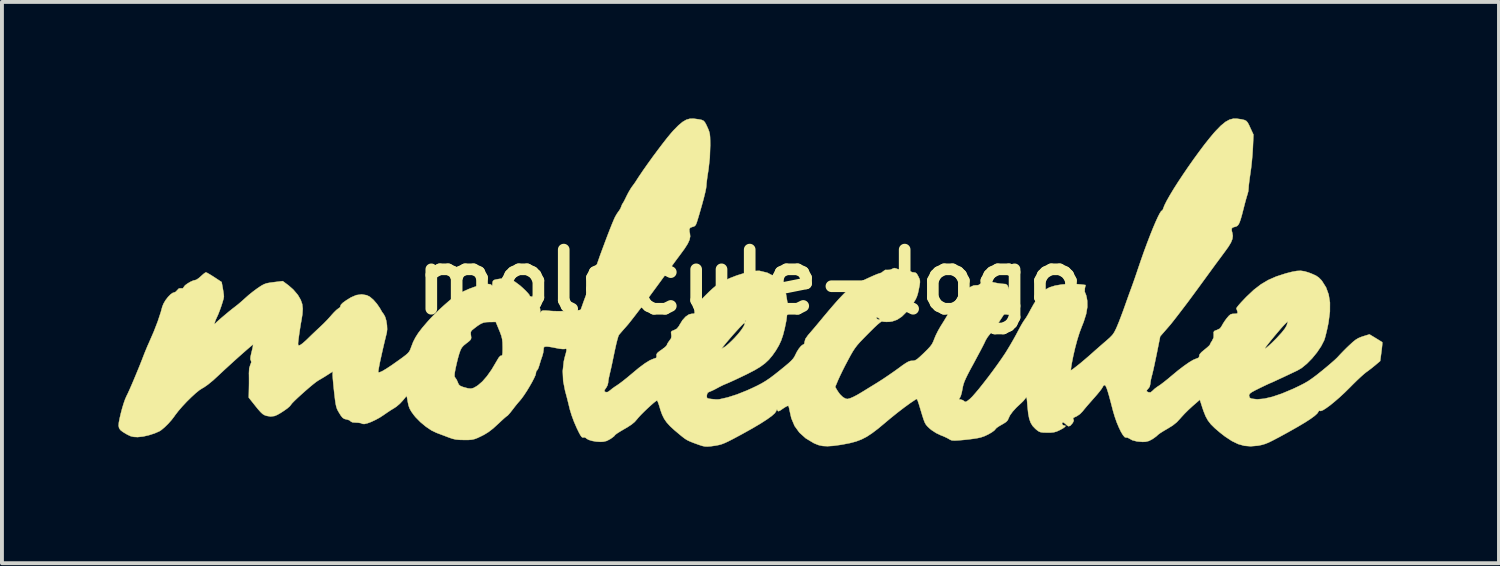
<source format=kicad_pcb>
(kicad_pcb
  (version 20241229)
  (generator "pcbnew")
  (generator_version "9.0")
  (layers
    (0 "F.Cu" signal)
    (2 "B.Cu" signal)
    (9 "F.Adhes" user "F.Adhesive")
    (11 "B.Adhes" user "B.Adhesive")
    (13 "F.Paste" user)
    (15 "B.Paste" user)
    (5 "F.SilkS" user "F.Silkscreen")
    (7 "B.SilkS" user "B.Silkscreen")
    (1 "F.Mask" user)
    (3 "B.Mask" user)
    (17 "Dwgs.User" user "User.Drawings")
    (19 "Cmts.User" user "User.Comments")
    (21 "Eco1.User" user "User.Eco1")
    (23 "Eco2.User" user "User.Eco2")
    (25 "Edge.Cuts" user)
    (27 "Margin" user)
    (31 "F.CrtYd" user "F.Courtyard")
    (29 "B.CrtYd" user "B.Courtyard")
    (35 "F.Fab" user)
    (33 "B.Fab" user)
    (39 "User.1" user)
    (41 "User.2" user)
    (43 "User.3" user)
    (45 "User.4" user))
  (footprint "molecule-logo"
    (layer "F.Cu")
    (at 16.259 4.213)
    (property "Reference" "molecule-logo" (at 0 0 0) (layer "F.SilkS") (effects (font (size 1.524 1.524) (thickness 0.3))))
    (attr through_hole)
    (fp_poly (pts (xy 12.549 -4.206) (xy 12.662 -4.19) (xy 12.737 -4.173) (xy 12.788 -4.149) (xy 12.824 -4.109) (xy 12.859 -4.045) (xy 12.889 -3.979) (xy 12.974 -3.796) (xy 12.959 -3.454) (xy 12.949 -3.292) (xy 12.933 -3.111) (xy 12.914 -2.936) (xy 12.896 -2.809) (xy 12.878 -2.683) (xy 12.863 -2.567) (xy 12.852 -2.475) (xy 12.849 -2.42) (xy 12.841 -2.337) (xy 12.822 -2.265) (xy 12.806 -2.214) (xy 12.781 -2.127) (xy 12.751 -2.016) (xy 12.721 -1.898) (xy 12.68 -1.738) (xy 12.646 -1.619) (xy 12.617 -1.535) (xy 12.589 -1.48) (xy 12.56 -1.447) (xy 12.526 -1.429) (xy 12.502 -1.423) (xy 12.44 -1.404) (xy 12.413 -1.374) (xy 12.415 -1.319) (xy 12.429 -1.267) (xy 12.442 -1.189) (xy 12.431 -1.108) (xy 12.394 -1.015) (xy 12.326 -0.903) (xy 12.232 -0.773) (xy 12.184 -0.708) (xy 12.111 -0.609) (xy 12.017 -0.483) (xy 11.908 -0.334) (xy 11.788 -0.169) (xy 11.66 0.006) (xy 11.547 0.161) (xy 11.413 0.343) (xy 11.279 0.524) (xy 11.149 0.695) (xy 11.029 0.852) (xy 10.924 0.987) (xy 10.839 1.094) (xy 10.788 1.153) (xy 10.572 1.401) (xy 10.481 1.857) (xy 10.449 2.01) (xy 10.419 2.154) (xy 10.391 2.279) (xy 10.368 2.375) (xy 10.354 2.427) (xy 10.333 2.514) (xy 10.32 2.596) (xy 10.319 2.619) (xy 10.301 2.696) (xy 10.269 2.741) (xy 10.227 2.788) (xy 10.229 2.819) (xy 10.274 2.842) (xy 10.325 2.843) (xy 10.374 2.804) (xy 10.379 2.798) (xy 10.434 2.747) (xy 10.507 2.693) (xy 10.53 2.679) (xy 10.587 2.64) (xy 10.671 2.576) (xy 10.769 2.498) (xy 10.87 2.413) (xy 11.034 2.277) (xy 11.185 2.162) (xy 11.317 2.07) (xy 11.425 2.006) (xy 11.505 1.973) (xy 11.509 1.972) (xy 11.563 1.951) (xy 11.578 1.913) (xy 11.577 1.904) (xy 11.589 1.862) (xy 11.635 1.809) (xy 11.714 1.743) (xy 11.76 1.706) (xy 13.273 1.706) (xy 13.282 1.711) (xy 13.317 1.687) (xy 13.376 1.636) (xy 13.454 1.563) (xy 13.548 1.47) (xy 13.582 1.435) (xy 13.7 1.306) (xy 13.781 1.204) (xy 13.827 1.127) (xy 13.834 1.107) (xy 13.863 1.01) (xy 13.787 1.082) (xy 13.744 1.127) (xy 13.678 1.201) (xy 13.598 1.295) (xy 13.512 1.397) (xy 13.429 1.498) (xy 13.357 1.588) (xy 13.304 1.657) (xy 13.296 1.668) (xy 13.273 1.706) (xy 11.76 1.706) (xy 11.784 1.686) (xy 11.835 1.639) (xy 11.856 1.611) (xy 11.857 1.61) (xy 11.87 1.575) (xy 11.904 1.522) (xy 11.909 1.514) (xy 11.949 1.431) (xy 11.951 1.354) (xy 11.948 1.294) (xy 11.966 1.263) (xy 12.016 1.242) (xy 12.034 1.236) (xy 12.113 1.197) (xy 12.157 1.134) (xy 12.19 1.074) (xy 12.241 0.996) (xy 12.283 0.939) (xy 12.34 0.872) (xy 12.384 0.835) (xy 12.431 0.821) (xy 12.479 0.819) (xy 12.538 0.816) (xy 12.564 0.802) (xy 12.564 0.766) (xy 12.54 0.696) (xy 12.534 0.681) (xy 12.548 0.655) (xy 12.59 0.601) (xy 12.657 0.525) (xy 12.742 0.435) (xy 12.795 0.38) (xy 12.984 0.202) (xy 13.166 0.062) (xy 13.354 -0.05) (xy 13.561 -0.141) (xy 13.802 -0.219) (xy 13.816 -0.223) (xy 13.969 -0.262) (xy 14.09 -0.284) (xy 14.192 -0.289) (xy 14.289 -0.275) (xy 14.396 -0.243) (xy 14.477 -0.212) (xy 14.582 -0.165) (xy 14.657 -0.114) (xy 14.723 -0.047) (xy 14.741 -0.024) (xy 14.844 0.139) (xy 14.911 0.322) (xy 14.944 0.528) (xy 14.943 0.762) (xy 14.909 1.028) (xy 14.9 1.079) (xy 14.873 1.21) (xy 14.844 1.332) (xy 14.818 1.432) (xy 14.797 1.498) (xy 14.796 1.501) (xy 14.717 1.655) (xy 14.61 1.814) (xy 14.485 1.967) (xy 14.35 2.104) (xy 14.216 2.214) (xy 14.107 2.278) (xy 13.9 2.376) (xy 13.735 2.454) (xy 13.607 2.513) (xy 13.513 2.557) (xy 13.451 2.585) (xy 13.415 2.601) (xy 13.404 2.604) (xy 13.38 2.615) (xy 13.319 2.643) (xy 13.233 2.684) (xy 13.129 2.734) (xy 13.128 2.735) (xy 13.013 2.792) (xy 12.937 2.834) (xy 12.891 2.866) (xy 12.868 2.894) (xy 12.861 2.922) (xy 12.861 2.927) (xy 12.877 2.98) (xy 12.923 3.005) (xy 13.072 3.022) (xy 13.251 3.006) (xy 13.462 2.957) (xy 13.707 2.874) (xy 13.985 2.757) (xy 14.033 2.735) (xy 14.171 2.669) (xy 14.284 2.611) (xy 14.384 2.553) (xy 14.483 2.485) (xy 14.595 2.402) (xy 14.731 2.293) (xy 14.733 2.292) (xy 14.852 2.194) (xy 14.963 2.1) (xy 15.058 2.017) (xy 15.128 1.951) (xy 15.16 1.917) (xy 15.213 1.86) (xy 15.289 1.781) (xy 15.378 1.692) (xy 15.436 1.637) (xy 15.531 1.549) (xy 15.607 1.488) (xy 15.675 1.447) (xy 15.749 1.416) (xy 15.796 1.4) (xy 15.962 1.349) (xy 16.123 1.446) (xy 16.201 1.494) (xy 16.261 1.531) (xy 16.291 1.55) (xy 16.292 1.551) (xy 16.293 1.577) (xy 16.288 1.641) (xy 16.278 1.733) (xy 16.27 1.797) (xy 16.238 2.035) (xy 16.112 2.142) (xy 16.025 2.213) (xy 15.931 2.285) (xy 15.875 2.325) (xy 15.821 2.369) (xy 15.74 2.441) (xy 15.642 2.533) (xy 15.535 2.638) (xy 15.453 2.721) (xy 15.323 2.849) (xy 15.192 2.97) (xy 15.065 3.08) (xy 14.949 3.175) (xy 14.847 3.249) (xy 14.766 3.3) (xy 14.71 3.322) (xy 14.689 3.319) (xy 14.663 3.314) (xy 14.648 3.34) (xy 14.616 3.387) (xy 14.548 3.449) (xy 14.443 3.526) (xy 14.299 3.619) (xy 14.114 3.729) (xy 13.888 3.857) (xy 13.618 4.005) (xy 13.605 4.011) (xy 13.468 4.083) (xy 13.362 4.135) (xy 13.274 4.17) (xy 13.193 4.194) (xy 13.107 4.212) (xy 13.079 4.216) (xy 12.903 4.231) (xy 12.739 4.218) (xy 12.58 4.173) (xy 12.417 4.094) (xy 12.241 3.978) (xy 12.111 3.877) (xy 11.978 3.763) (xy 11.878 3.664) (xy 11.803 3.567) (xy 11.744 3.461) (xy 11.692 3.332) (xy 11.66 3.239) (xy 11.594 3.032) (xy 11.405 3.196) (xy 11.305 3.288) (xy 11.203 3.389) (xy 11.116 3.483) (xy 11.092 3.511) (xy 10.999 3.611) (xy 10.893 3.696) (xy 10.757 3.78) (xy 10.756 3.78) (xy 10.661 3.836) (xy 10.581 3.886) (xy 10.527 3.925) (xy 10.512 3.938) (xy 10.473 3.974) (xy 10.409 4.021) (xy 10.37 4.047) (xy 10.283 4.093) (xy 10.198 4.114) (xy 10.119 4.118) (xy 9.975 4.106) (xy 9.853 4.074) (xy 9.77 4.027) (xy 9.722 4.005) (xy 9.693 4.007) (xy 9.658 3.995) (xy 9.614 3.943) (xy 9.562 3.857) (xy 9.508 3.745) (xy 9.453 3.614) (xy 9.403 3.471) (xy 9.359 3.324) (xy 9.352 3.296) (xy 9.299 3.093) (xy 9.256 2.933) (xy 9.221 2.814) (xy 9.193 2.731) (xy 9.169 2.68) (xy 9.149 2.657) (xy 9.141 2.654) (xy 9.107 2.675) (xy 9.09 2.707) (xy 9.067 2.745) (xy 9.018 2.811) (xy 8.949 2.895) (xy 8.867 2.989) (xy 8.858 2.999) (xy 8.77 3.099) (xy 8.687 3.194) (xy 8.618 3.276) (xy 8.574 3.331) (xy 8.574 3.331) (xy 8.505 3.402) (xy 8.423 3.457) (xy 8.406 3.464) (xy 8.346 3.493) (xy 8.327 3.517) (xy 8.336 3.536) (xy 8.346 3.571) (xy 8.324 3.621) (xy 8.307 3.645) (xy 8.256 3.702) (xy 8.212 3.716) (xy 8.163 3.686) (xy 8.136 3.658) (xy 8.087 3.619) (xy 8.055 3.618) (xy 8.054 3.619) (xy 8.043 3.656) (xy 8.068 3.687) (xy 8.1 3.696) (xy 8.134 3.704) (xy 8.123 3.729) (xy 8.07 3.768) (xy 7.993 3.81) (xy 7.909 3.849) (xy 7.836 3.87) (xy 7.752 3.879) (xy 7.659 3.879) (xy 7.56 3.877) (xy 7.494 3.868) (xy 7.445 3.849) (xy 7.396 3.813) (xy 7.357 3.78) (xy 7.288 3.708) (xy 7.237 3.625) (xy 7.2 3.521) (xy 7.174 3.387) (xy 7.156 3.214) (xy 7.154 3.188) (xy 7.145 3.077) (xy 7.138 3.009) (xy 7.13 2.976) (xy 7.119 2.973) (xy 7.103 2.993) (xy 7.097 3.002) (xy 7.05 3.061) (xy 6.989 3.121) (xy 6.984 3.125) (xy 6.869 3.232) (xy 6.772 3.339) (xy 6.702 3.436) (xy 6.672 3.5) (xy 6.646 3.558) (xy 6.604 3.604) (xy 6.533 3.65) (xy 6.494 3.672) (xy 6.417 3.717) (xy 6.359 3.757) (xy 6.334 3.784) (xy 6.3 3.824) (xy 6.231 3.874) (xy 6.142 3.925) (xy 6.044 3.971) (xy 5.953 4.002) (xy 5.873 4.02) (xy 5.759 4.038) (xy 5.628 4.055) (xy 5.511 4.067) (xy 5.381 4.078) (xy 5.291 4.083) (xy 5.23 4.082) (xy 5.189 4.074) (xy 5.156 4.059) (xy 5.139 4.048) (xy 5.08 4.015) (xy 4.994 3.975) (xy 4.922 3.947) (xy 4.802 3.89) (xy 4.684 3.813) (xy 4.643 3.78) (xy 4.585 3.726) (xy 4.543 3.678) (xy 4.511 3.623) (xy 4.481 3.547) (xy 4.446 3.439) (xy 4.439 3.415) (xy 4.394 3.266) (xy 4.361 3.157) (xy 4.337 3.084) (xy 4.32 3.039) (xy 4.307 3.018) (xy 4.296 3.013) (xy 4.283 3.019) (xy 4.271 3.027) (xy 4.138 3.116) (xy 3.978 3.232) (xy 3.801 3.368) (xy 3.615 3.518) (xy 3.482 3.63) (xy 3.304 3.778) (xy 3.151 3.894) (xy 3.013 3.985) (xy 2.878 4.054) (xy 2.738 4.107) (xy 2.583 4.148) (xy 2.402 4.183) (xy 2.332 4.195) (xy 2.148 4.22) (xy 2.002 4.229) (xy 1.88 4.223) (xy 1.774 4.2) (xy 1.671 4.159) (xy 1.65 4.149) (xy 1.442 4.024) (xy 1.279 3.877) (xy 1.156 3.707) (xy 1.072 3.507) (xy 1.028 3.312) (xy 1.014 3.242) (xy 0.999 3.196) (xy 0.993 3.188) (xy 0.964 3.195) (xy 0.909 3.225) (xy 0.853 3.262) (xy 0.785 3.309) (xy 0.746 3.328) (xy 0.726 3.322) (xy 0.716 3.305) (xy 0.703 3.281) (xy 0.69 3.3) (xy 0.683 3.324) (xy 0.647 3.378) (xy 0.567 3.45) (xy 0.442 3.54) (xy 0.274 3.648) (xy 0.062 3.773) (xy -0.191 3.914) (xy -0.267 3.955) (xy -0.422 4.038) (xy -0.543 4.1) (xy -0.637 4.144) (xy -0.715 4.175) (xy -0.784 4.195) (xy -0.853 4.209) (xy -0.882 4.214) (xy -1.002 4.231) (xy -1.088 4.238) (xy -1.158 4.235) (xy -1.226 4.22) (xy -1.309 4.193) (xy -1.339 4.182) (xy -1.46 4.138) (xy -1.546 4.103) (xy -1.612 4.071) (xy -1.671 4.034) (xy -1.734 3.986) (xy -1.788 3.942) (xy -1.937 3.817) (xy -2.051 3.712) (xy -2.138 3.616) (xy -2.203 3.522) (xy -2.254 3.419) (xy -2.297 3.3) (xy -2.321 3.218) (xy -2.347 3.136) (xy -2.37 3.076) (xy -2.386 3.051) (xy -2.387 3.051) (xy -2.417 3.068) (xy -2.473 3.112) (xy -2.547 3.177) (xy -2.632 3.255) (xy -2.718 3.337) (xy -2.798 3.417) (xy -2.863 3.487) (xy -2.902 3.534) (xy -2.963 3.604) (xy -3.044 3.671) (xy -3.156 3.744) (xy -3.231 3.787) (xy -3.328 3.844) (xy -3.406 3.893) (xy -3.457 3.93) (xy -3.473 3.947) (xy -3.492 3.971) (xy -3.542 4.01) (xy -3.59 4.043) (xy -3.682 4.092) (xy -3.77 4.113) (xy -3.845 4.117) (xy -3.954 4.11) (xy -4.06 4.091) (xy -4.148 4.064) (xy -4.205 4.032) (xy -4.215 4.02) (xy -4.253 4) (xy -4.284 4.004) (xy -4.307 4.004) (xy -4.331 3.987) (xy -4.361 3.944) (xy -4.401 3.87) (xy -4.456 3.757) (xy -4.458 3.752) (xy -4.524 3.6) (xy -4.584 3.438) (xy -4.63 3.289) (xy -4.64 3.249) (xy -4.673 3.113) (xy -4.711 2.962) (xy -4.748 2.825) (xy -4.755 2.798) (xy -4.804 2.547) (xy -4.815 2.291) (xy -4.788 2.046) (xy -4.764 1.941) (xy -4.734 1.834) (xy -4.719 1.767) (xy -4.718 1.731) (xy -4.732 1.719) (xy -4.761 1.723) (xy -4.769 1.725) (xy -4.821 1.726) (xy -4.903 1.717) (xy -4.986 1.701) (xy -5.083 1.681) (xy -5.174 1.667) (xy -5.228 1.662) (xy -5.283 1.667) (xy -5.305 1.692) (xy -5.309 1.743) (xy -5.319 1.82) (xy -5.342 1.907) (xy -5.348 1.922) (xy -5.378 2.009) (xy -5.409 2.11) (xy -5.419 2.145) (xy -5.443 2.217) (xy -5.468 2.266) (xy -5.48 2.277) (xy -5.5 2.306) (xy -5.507 2.353) (xy -5.52 2.402) (xy -5.556 2.481) (xy -5.608 2.581) (xy -5.672 2.693) (xy -5.741 2.807) (xy -5.811 2.913) (xy -5.874 3.001) (xy -5.915 3.051) (xy -5.971 3.115) (xy -6.041 3.201) (xy -6.11 3.291) (xy -6.112 3.293) (xy -6.169 3.366) (xy -6.216 3.42) (xy -6.243 3.447) (xy -6.246 3.448) (xy -6.27 3.464) (xy -6.322 3.508) (xy -6.394 3.574) (xy -6.479 3.654) (xy -6.483 3.657) (xy -6.61 3.773) (xy -6.724 3.861) (xy -6.839 3.932) (xy -6.908 3.967) (xy -7.008 4.015) (xy -7.084 4.044) (xy -7.154 4.06) (xy -7.237 4.067) (xy -7.35 4.068) (xy -7.476 4.065) (xy -7.573 4.056) (xy -7.66 4.035) (xy -7.758 4.001) (xy -7.768 3.997) (xy -7.875 3.956) (xy -7.982 3.916) (xy -8.066 3.884) (xy -8.067 3.884) (xy -8.198 3.821) (xy -8.34 3.725) (xy -8.48 3.609) (xy -8.604 3.483) (xy -8.646 3.432) (xy -8.715 3.337) (xy -8.759 3.259) (xy -8.787 3.179) (xy -8.804 3.098) (xy -8.834 2.93) (xy -8.938 3.056) (xy -9.013 3.136) (xy -9.099 3.209) (xy -9.156 3.247) (xy -9.235 3.295) (xy -9.332 3.359) (xy -9.428 3.425) (xy -9.429 3.426) (xy -9.53 3.492) (xy -9.641 3.552) (xy -9.75 3.603) (xy -9.848 3.639) (xy -9.925 3.657) (xy -9.972 3.654) (xy -9.977 3.651) (xy -10.017 3.634) (xy -10.088 3.623) (xy -10.135 3.621) (xy -10.228 3.615) (xy -10.273 3.594) (xy -10.277 3.588) (xy -10.308 3.562) (xy -10.368 3.542) (xy -10.385 3.539) (xy -10.44 3.525) (xy -10.484 3.497) (xy -10.527 3.445) (xy -10.568 3.38) (xy -10.603 3.321) (xy -10.629 3.268) (xy -10.648 3.209) (xy -10.664 3.135) (xy -10.679 3.034) (xy -10.695 2.896) (xy -10.699 2.865) (xy -10.714 2.726) (xy -10.726 2.598) (xy -10.736 2.491) (xy -10.74 2.417) (xy -10.741 2.4) (xy -10.741 2.396) (xy -7.604 2.396) (xy -7.601 2.436) (xy -7.587 2.462) (xy -7.581 2.469) (xy -7.548 2.517) (xy -7.518 2.584) (xy -7.517 2.589) (xy -7.493 2.641) (xy -7.456 2.675) (xy -7.39 2.702) (xy -7.36 2.711) (xy -7.257 2.739) (xy -7.182 2.746) (xy -7.117 2.731) (xy -7.044 2.691) (xy -6.995 2.658) (xy -6.884 2.562) (xy -6.766 2.426) (xy -6.646 2.256) (xy -6.53 2.06) (xy -6.519 2.041) (xy -6.465 1.95) (xy -6.424 1.904) (xy -6.4 1.898) (xy -6.382 1.896) (xy -6.371 1.872) (xy -6.365 1.818) (xy -6.363 1.726) (xy -6.363 1.68) (xy -6.366 1.561) (xy -6.376 1.469) (xy -6.397 1.384) (xy -6.434 1.283) (xy -6.452 1.24) (xy -6.539 1.029) (xy -6.699 1.03) (xy -6.787 1.034) (xy -6.858 1.047) (xy -6.926 1.076) (xy -7.005 1.126) (xy -7.101 1.199) (xy -7.158 1.246) (xy -7.183 1.285) (xy -7.185 1.336) (xy -7.18 1.375) (xy -7.173 1.432) (xy -7.18 1.471) (xy -7.207 1.507) (xy -7.263 1.554) (xy -7.297 1.579) (xy -7.37 1.638) (xy -7.417 1.692) (xy -7.451 1.759) (xy -7.483 1.85) (xy -7.515 1.963) (xy -7.548 2.097) (xy -7.576 2.223) (xy -7.577 2.227) (xy -7.596 2.33) (xy -7.604 2.396) (xy -10.741 2.396) (xy -10.74 2.306) (xy -10.871 2.39) (xy -10.964 2.449) (xy -11.062 2.507) (xy -11.113 2.537) (xy -11.166 2.573) (xy -11.243 2.633) (xy -11.337 2.711) (xy -11.439 2.799) (xy -11.542 2.891) (xy -11.639 2.979) (xy -11.722 3.058) (xy -11.783 3.12) (xy -11.814 3.159) (xy -11.816 3.162) (xy -11.847 3.201) (xy -11.909 3.255) (xy -11.992 3.314) (xy -12.081 3.372) (xy -12.165 3.42) (xy -12.233 3.449) (xy -12.239 3.451) (xy -12.339 3.464) (xy -12.444 3.447) (xy -12.497 3.428) (xy -12.546 3.398) (xy -12.598 3.349) (xy -12.664 3.275) (xy -12.727 3.197) (xy -12.902 2.977) (xy -12.897 2.735) (xy -12.895 2.611) (xy -12.895 2.486) (xy -12.896 2.383) (xy -12.897 2.353) (xy -12.89 2.223) (xy -12.862 2.134) (xy -12.837 2.071) (xy -12.843 2.029) (xy -12.848 2.022) (xy -12.86 1.989) (xy -12.856 1.929) (xy -12.836 1.834) (xy -12.828 1.801) (xy -12.806 1.712) (xy -12.793 1.646) (xy -12.79 1.614) (xy -12.791 1.612) (xy -12.815 1.628) (xy -12.87 1.673) (xy -12.949 1.741) (xy -13.047 1.827) (xy -13.159 1.926) (xy -13.278 2.033) (xy -13.399 2.143) (xy -13.516 2.25) (xy -13.623 2.35) (xy -13.669 2.393) (xy -13.822 2.534) (xy -13.954 2.642) (xy -14.059 2.715) (xy -14.094 2.734) (xy -14.171 2.783) (xy -14.27 2.863) (xy -14.382 2.966) (xy -14.5 3.082) (xy -14.615 3.205) (xy -14.718 3.325) (xy -14.802 3.434) (xy -14.818 3.458) (xy -14.889 3.551) (xy -14.977 3.65) (xy -15.07 3.741) (xy -15.156 3.813) (xy -15.204 3.844) (xy -15.328 3.898) (xy -15.474 3.945) (xy -15.622 3.979) (xy -15.752 3.993) (xy -15.766 3.994) (xy -15.863 3.989) (xy -15.94 3.972) (xy -16.022 3.934) (xy -16.067 3.909) (xy -16.15 3.858) (xy -16.208 3.812) (xy -16.241 3.763) (xy -16.254 3.701) (xy -16.247 3.616) (xy -16.224 3.5) (xy -16.197 3.385) (xy -16.162 3.252) (xy -16.123 3.124) (xy -16.085 3.016) (xy -16.052 2.942) (xy -16.051 2.939) (xy -16.019 2.875) (xy -15.972 2.772) (xy -15.915 2.642) (xy -15.851 2.491) (xy -15.784 2.33) (xy -15.717 2.167) (xy -15.655 2.011) (xy -15.602 1.873) (xy -15.561 1.771) (xy -15.511 1.651) (xy -15.466 1.55) (xy -15.348 1.279) (xy -15.247 1.018) (xy -15.168 0.779) (xy -15.129 0.637) (xy -15.097 0.557) (xy -15.045 0.469) (xy -14.981 0.386) (xy -14.915 0.319) (xy -14.857 0.279) (xy -14.831 0.273) (xy -14.785 0.254) (xy -14.744 0.211) (xy -14.701 0.167) (xy -14.65 0.163) (xy -14.647 0.164) (xy -14.598 0.163) (xy -14.573 0.126) (xy -14.543 0.087) (xy -14.481 0.041) (xy -14.405 -0.004) (xy -14.331 -0.037) (xy -14.275 -0.05) (xy -14.237 -0.066) (xy -14.179 -0.108) (xy -14.133 -0.149) (xy -14.073 -0.203) (xy -14.025 -0.239) (xy -14.005 -0.248) (xy -13.974 -0.235) (xy -13.914 -0.201) (xy -13.833 -0.151) (xy -13.791 -0.124) (xy -13.601 0.001) (xy -13.572 0.158) (xy -13.557 0.251) (xy -13.546 0.333) (xy -13.543 0.377) (xy -13.552 0.43) (xy -13.576 0.515) (xy -13.609 0.618) (xy -13.648 0.727) (xy -13.687 0.828) (xy -13.723 0.907) (xy -13.75 0.966) (xy -13.772 1.024) (xy -13.784 1.068) (xy -13.782 1.085) (xy -13.774 1.078) (xy -13.742 1.045) (xy -13.68 0.989) (xy -13.599 0.918) (xy -13.506 0.84) (xy -13.413 0.762) (xy -13.327 0.693) (xy -13.258 0.64) (xy -13.258 0.64) (xy -13.174 0.574) (xy -13.078 0.492) (xy -12.995 0.417) (xy -12.905 0.337) (xy -12.794 0.248) (xy -12.686 0.168) (xy -12.673 0.159) (xy -12.582 0.098) (xy -12.511 0.059) (xy -12.441 0.034) (xy -12.356 0.018) (xy -12.258 0.005) (xy -12.027 -0.023) (xy -11.879 0.087) (xy -11.757 0.194) (xy -11.648 0.321) (xy -11.628 0.35) (xy -11.564 0.461) (xy -11.526 0.569) (xy -11.512 0.688) (xy -11.521 0.83) (xy -11.543 0.97) (xy -11.564 1.084) (xy -11.584 1.212) (xy -11.603 1.34) (xy -11.619 1.456) (xy -11.63 1.548) (xy -11.633 1.602) (xy -11.621 1.634) (xy -11.584 1.628) (xy -11.52 1.585) (xy -11.428 1.504) (xy -11.38 1.458) (xy -11.284 1.364) (xy -11.181 1.266) (xy -11.09 1.181) (xy -11.06 1.153) (xy -10.973 1.07) (xy -10.875 0.97) (xy -10.786 0.871) (xy -10.779 0.862) (xy -10.709 0.785) (xy -10.646 0.723) (xy -10.6 0.687) (xy -10.59 0.681) (xy -10.55 0.65) (xy -10.542 0.623) (xy -10.527 0.584) (xy -10.478 0.535) (xy -10.392 0.473) (xy -10.269 0.397) (xy -10.132 0.338) (xy -9.993 0.319) (xy -9.864 0.341) (xy -9.785 0.38) (xy -9.694 0.457) (xy -9.603 0.561) (xy -9.526 0.673) (xy -9.507 0.707) (xy -9.467 0.776) (xy -9.426 0.831) (xy -9.39 0.898) (xy -9.361 0.996) (xy -9.343 1.109) (xy -9.338 1.218) (xy -9.347 1.3) (xy -9.403 1.53) (xy -9.452 1.739) (xy -9.493 1.923) (xy -9.527 2.078) (xy -9.55 2.199) (xy -9.564 2.282) (xy -9.567 2.321) (xy -9.566 2.324) (xy -9.531 2.326) (xy -9.462 2.296) (xy -9.358 2.234) (xy -9.217 2.141) (xy -9.054 2.026) (xy -8.941 1.945) (xy -8.861 1.884) (xy -8.807 1.836) (xy -8.771 1.794) (xy -8.746 1.749) (xy -8.725 1.694) (xy -8.716 1.67) (xy -8.668 1.545) (xy -8.608 1.428) (xy -8.532 1.309) (xy -8.432 1.179) (xy -8.304 1.03) (xy -8.235 0.953) (xy -8.125 0.839) (xy -8.001 0.718) (xy -7.871 0.599) (xy -7.745 0.489) (xy -7.631 0.398) (xy -7.539 0.332) (xy -7.515 0.317) (xy -7.374 0.243) (xy -7.228 0.178) (xy -7.084 0.125) (xy -6.948 0.085) (xy -6.829 0.06) (xy -6.733 0.052) (xy -6.668 0.062) (xy -6.641 0.09) (xy -6.633 0.099) (xy -6.627 0.066) (xy -6.626 0.046) (xy -6.622 -0.001) (xy -6.608 -0.033) (xy -6.575 -0.054) (xy -6.513 -0.069) (xy -6.413 -0.085) (xy -6.395 -0.088) (xy -6.277 -0.092) (xy -6.164 -0.066) (xy -6.047 -0.007) (xy -5.918 0.089) (xy -5.848 0.151) (xy -5.77 0.225) (xy -5.71 0.289) (xy -5.675 0.333) (xy -5.669 0.349) (xy -5.661 0.367) (xy -5.633 0.372) (xy -5.588 0.393) (xy -5.534 0.448) (xy -5.48 0.522) (xy -5.432 0.605) (xy -5.401 0.681) (xy -5.394 0.739) (xy -5.395 0.742) (xy -5.403 0.784) (xy -5.394 0.783) (xy -5.378 0.764) (xy -5.356 0.745) (xy -5.323 0.735) (xy -5.266 0.734) (xy -5.176 0.741) (xy -5.135 0.745) (xy -5.054 0.75) (xy -4.948 0.752) (xy -4.827 0.751) (xy -4.701 0.747) (xy -4.581 0.741) (xy -4.476 0.734) (xy -4.398 0.726) (xy -4.357 0.717) (xy -4.354 0.714) (xy -4.343 0.689) (xy -4.322 0.632) (xy -4.309 0.595) (xy -4.285 0.526) (xy -4.248 0.425) (xy -4.204 0.307) (xy -4.168 0.211) (xy -4.117 0.074) (xy -4.06 -0.088) (xy -4.002 -0.254) (xy -3.958 -0.384) (xy -3.91 -0.524) (xy -3.854 -0.684) (xy -3.79 -0.857) (xy -3.724 -1.034) (xy -3.659 -1.207) (xy -3.597 -1.366) (xy -3.542 -1.503) (xy -3.497 -1.61) (xy -3.469 -1.672) (xy -3.427 -1.746) (xy -3.385 -1.809) (xy -3.373 -1.823) (xy -3.331 -1.887) (xy -3.311 -1.935) (xy -3.288 -1.995) (xy -3.268 -2.028) (xy -3.245 -2.065) (xy -3.21 -2.132) (xy -3.172 -2.211) (xy -3.123 -2.306) (xy -3.069 -2.398) (xy -3.032 -2.453) (xy -2.985 -2.517) (xy -2.947 -2.57) (xy -2.939 -2.583) (xy -2.851 -2.719) (xy -2.744 -2.877) (xy -2.622 -3.05) (xy -2.493 -3.229) (xy -2.362 -3.405) (xy -2.236 -3.571) (xy -2.121 -3.718) (xy -2.022 -3.837) (xy -1.965 -3.902) (xy -1.838 -4.031) (xy -1.731 -4.121) (xy -1.634 -4.178) (xy -1.541 -4.205) (xy -1.445 -4.207) (xy -1.43 -4.205) (xy -1.316 -4.19) (xy -1.24 -4.175) (xy -1.19 -4.153) (xy -1.155 -4.115) (xy -1.122 -4.056) (xy -1.094 -3.996) (xy -1.063 -3.926) (xy -1.042 -3.867) (xy -1.028 -3.807) (xy -1.021 -3.735) (xy -1.018 -3.638) (xy -1.017 -3.504) (xy -1.018 -3.495) (xy -1.028 -3.202) (xy -1.059 -2.919) (xy -1.067 -2.865) (xy -1.087 -2.74) (xy -1.102 -2.626) (xy -1.113 -2.535) (xy -1.116 -2.483) (xy -1.124 -2.416) (xy -1.147 -2.305) (xy -1.184 -2.155) (xy -1.235 -1.968) (xy -1.298 -1.749) (xy -1.33 -1.642) (xy -1.361 -1.542) (xy -1.385 -1.48) (xy -1.41 -1.446) (xy -1.44 -1.429) (xy -1.467 -1.422) (xy -1.529 -1.4) (xy -1.555 -1.361) (xy -1.551 -1.292) (xy -1.541 -1.253) (xy -1.533 -1.175) (xy -1.55 -1.088) (xy -1.597 -0.985) (xy -1.676 -0.861) (xy -1.757 -0.75) (xy -1.805 -0.685) (xy -1.879 -0.586) (xy -1.972 -0.459) (xy -2.082 -0.31) (xy -2.204 -0.145) (xy -2.332 0.031) (xy -2.455 0.198) (xy -2.587 0.378) (xy -2.717 0.552) (xy -2.84 0.716) (xy -2.952 0.862) (xy -3.048 0.985) (xy -3.123 1.08) (xy -3.172 1.137) (xy -3.246 1.22) (xy -3.311 1.295) (xy -3.357 1.349) (xy -3.371 1.367) (xy -3.387 1.407) (xy -3.41 1.486) (xy -3.438 1.596) (xy -3.467 1.726) (xy -3.487 1.82) (xy -3.518 1.969) (xy -3.548 2.114) (xy -3.576 2.241) (xy -3.599 2.339) (xy -3.607 2.375) (xy -3.628 2.467) (xy -3.643 2.549) (xy -3.646 2.592) (xy -3.662 2.66) (xy -3.696 2.722) (xy -3.736 2.779) (xy -3.741 2.813) (xy -3.712 2.835) (xy -3.704 2.838) (xy -3.654 2.833) (xy -3.599 2.794) (xy -3.539 2.745) (xy -3.46 2.689) (xy -3.419 2.663) (xy -3.356 2.619) (xy -3.267 2.552) (xy -3.163 2.469) (xy -3.056 2.38) (xy -3.043 2.369) (xy -2.857 2.214) (xy -2.7 2.097) (xy -2.572 2.018) (xy -2.473 1.976) (xy -2.46 1.973) (xy -2.41 1.954) (xy -2.397 1.92) (xy -2.4 1.898) (xy -2.399 1.861) (xy -2.376 1.826) (xy -2.323 1.782) (xy -2.272 1.747) (xy -2.23 1.717) (xy -0.727 1.717) (xy -0.654 1.679) (xy -0.607 1.646) (xy -0.537 1.585) (xy -0.455 1.507) (xy -0.388 1.439) (xy -0.294 1.335) (xy -0.217 1.237) (xy -0.161 1.153) (xy -0.13 1.089) (xy -0.13 1.052) (xy -0.131 1.051) (xy -0.151 1.064) (xy -0.197 1.108) (xy -0.263 1.177) (xy -0.343 1.264) (xy -0.431 1.362) (xy -0.52 1.465) (xy -0.606 1.566) (xy -0.68 1.657) (xy -0.727 1.717) (xy -2.23 1.717) (xy -2.202 1.696) (xy -2.152 1.651) (xy -2.133 1.623) (xy -2.118 1.585) (xy -2.081 1.53) (xy -2.069 1.514) (xy -2.025 1.452) (xy -2.015 1.393) (xy -2.02 1.353) (xy -2.026 1.297) (xy -2.01 1.266) (xy -1.958 1.244) (xy -1.947 1.24) (xy -1.875 1.202) (xy -1.821 1.133) (xy -1.808 1.108) (xy -1.744 1.005) (xy -0.124 1.005) (xy -0.112 1.017) (xy -0.099 1.005) (xy -0.112 0.992) (xy -0.124 1.005) (xy -1.744 1.005) (xy -1.734 0.988) (xy -1.651 0.895) (xy -1.565 0.836) (xy -1.493 0.819) (xy -1.437 0.816) (xy -1.417 0.797) (xy -1.422 0.747) (xy -1.424 0.733) (xy -1.429 0.7) (xy -1.425 0.669) (xy -1.409 0.635) (xy -1.374 0.59) (xy -1.318 0.527) (xy -1.234 0.441) (xy -1.16 0.366) (xy -1.044 0.251) (xy -0.95 0.164) (xy -0.869 0.098) (xy -0.79 0.043) (xy -0.702 -0.007) (xy -0.656 -0.031) (xy -0.502 -0.102) (xy -0.334 -0.167) (xy -0.165 -0.22) (xy -0.006 -0.261) (xy 0.134 -0.284) (xy 0.242 -0.288) (xy 0.256 -0.286) (xy 0.454 -0.238) (xy 0.621 -0.152) (xy 0.758 -0.03) (xy 0.863 0.126) (xy 0.935 0.313) (xy 0.971 0.528) (xy 0.972 0.769) (xy 0.942 0.997) (xy 0.9 1.202) (xy 0.857 1.369) (xy 0.809 1.509) (xy 0.751 1.633) (xy 0.68 1.754) (xy 0.672 1.767) (xy 0.582 1.895) (xy 0.491 2.003) (xy 0.391 2.096) (xy 0.273 2.183) (xy 0.128 2.27) (xy -0.052 2.363) (xy -0.113 2.393) (xy -0.249 2.458) (xy -0.376 2.518) (xy -0.485 2.568) (xy -0.567 2.604) (xy -0.605 2.62) (xy -0.681 2.652) (xy -0.774 2.698) (xy -0.835 2.731) (xy -0.918 2.775) (xy -0.994 2.81) (xy -1.034 2.825) (xy -1.082 2.851) (xy -1.102 2.903) (xy -1.104 2.92) (xy -1.105 2.966) (xy -1.092 2.991) (xy -1.052 3.005) (xy -0.977 3.015) (xy -0.887 3.023) (xy -0.806 3.023) (xy -0.775 3.02) (xy -0.565 2.972) (xy -0.327 2.896) (xy -0.074 2.795) (xy 0.062 2.734) (xy 0.2 2.668) (xy 0.314 2.608) (xy 0.417 2.546) (xy 0.522 2.475) (xy 0.64 2.386) (xy 0.765 2.287) (xy 0.898 2.179) (xy 0.998 2.095) (xy 1.069 2.029) (xy 1.118 1.975) (xy 1.151 1.927) (xy 1.168 1.893) (xy 1.215 1.799) (xy 1.269 1.714) (xy 1.323 1.649) (xy 1.368 1.615) (xy 1.38 1.612) (xy 1.406 1.59) (xy 1.414 1.541) (xy 1.436 1.464) (xy 1.504 1.368) (xy 1.513 1.358) (xy 1.575 1.286) (xy 1.655 1.193) (xy 1.738 1.094) (xy 1.767 1.059) (xy 1.882 0.921) (xy 3.262 0.921) (xy 3.265 0.93) (xy 3.29 0.956) (xy 3.324 0.969) (xy 3.347 0.962) (xy 3.349 0.956) (xy 3.33 0.937) (xy 3.3 0.918) (xy 3.265 0.904) (xy 3.262 0.921) (xy 1.882 0.921) (xy 1.915 0.881) (xy 2.036 0.737) (xy 2.137 0.619) (xy 2.221 0.523) (xy 2.293 0.442) (xy 2.36 0.371) (xy 2.426 0.303) (xy 2.451 0.278) (xy 2.529 0.202) (xy 2.599 0.143) (xy 2.673 0.091) (xy 2.762 0.04) (xy 2.878 -0.019) (xy 2.97 -0.063) (xy 3.091 -0.119) (xy 3.198 -0.167) (xy 3.283 -0.202) (xy 3.337 -0.221) (xy 3.348 -0.223) (xy 3.396 -0.241) (xy 3.437 -0.274) (xy 3.493 -0.312) (xy 3.542 -0.31) (xy 3.615 -0.314) (xy 3.662 -0.334) (xy 3.721 -0.359) (xy 3.769 -0.348) (xy 3.83 -0.325) (xy 3.866 -0.34) (xy 3.884 -0.384) (xy 3.901 -0.429) (xy 3.925 -0.441) (xy 3.965 -0.42) (xy 4.028 -0.362) (xy 4.043 -0.347) (xy 4.121 -0.281) (xy 4.187 -0.251) (xy 4.217 -0.248) (xy 4.267 -0.241) (xy 4.303 -0.213) (xy 4.339 -0.151) (xy 4.345 -0.139) (xy 4.37 -0.085) (xy 4.383 -0.041) (xy 4.385 0.007) (xy 4.377 0.073) (xy 4.358 0.172) (xy 4.355 0.189) (xy 4.331 0.297) (xy 4.305 0.379) (xy 4.27 0.454) (xy 4.216 0.538) (xy 4.162 0.614) (xy 4.035 0.775) (xy 3.916 0.892) (xy 3.798 0.97) (xy 3.676 1.013) (xy 3.607 1.024) (xy 3.521 1.027) (xy 3.451 1.023) (xy 3.42 1.016) (xy 3.396 1.017) (xy 3.356 1.043) (xy 3.293 1.095) (xy 3.206 1.176) (xy 3.091 1.29) (xy 3.046 1.335) (xy 2.928 1.455) (xy 2.837 1.55) (xy 2.767 1.63) (xy 2.71 1.705) (xy 2.658 1.784) (xy 2.604 1.877) (xy 2.541 1.993) (xy 2.526 2.022) (xy 2.455 2.156) (xy 2.387 2.291) (xy 2.328 2.413) (xy 2.284 2.509) (xy 2.272 2.536) (xy 2.202 2.703) (xy 2.267 2.813) (xy 2.323 2.89) (xy 2.389 2.955) (xy 2.415 2.974) (xy 2.473 3.006) (xy 2.52 3.013) (xy 2.582 2.997) (xy 2.598 2.991) (xy 2.67 2.96) (xy 2.763 2.912) (xy 2.855 2.858) (xy 2.941 2.806) (xy 3.054 2.736) (xy 3.178 2.66) (xy 3.287 2.593) (xy 3.422 2.507) (xy 3.575 2.404) (xy 3.725 2.3) (xy 3.828 2.226) (xy 3.942 2.142) (xy 4.026 2.086) (xy 4.088 2.051) (xy 4.136 2.034) (xy 4.179 2.029) (xy 4.186 2.029) (xy 4.228 2.028) (xy 4.268 2.014) (xy 4.315 1.985) (xy 4.377 1.932) (xy 4.464 1.851) (xy 4.487 1.829) (xy 4.582 1.735) (xy 4.649 1.662) (xy 4.695 1.599) (xy 4.728 1.534) (xy 4.754 1.467) (xy 4.794 1.371) (xy 4.852 1.255) (xy 4.918 1.14) (xy 4.939 1.107) (xy 5.012 0.99) (xy 5.09 0.86) (xy 5.158 0.743) (xy 5.171 0.719) (xy 5.255 0.57) (xy 5.322 0.457) (xy 5.38 0.372) (xy 5.435 0.307) (xy 5.494 0.254) (xy 5.562 0.204) (xy 5.597 0.181) (xy 5.698 0.121) (xy 5.769 0.09) (xy 5.819 0.085) (xy 5.824 0.086) (xy 5.887 0.082) (xy 5.957 0.038) (xy 6.009 0.000289) (xy 6.061 -0.019) (xy 6.127 -0.02) (xy 6.219 -0.004) (xy 6.288 0.012) (xy 6.386 0.032) (xy 6.481 0.045) (xy 6.531 0.049) (xy 6.595 0.054) (xy 6.632 0.079) (xy 6.662 0.137) (xy 6.665 0.143) (xy 6.707 0.285) (xy 6.72 0.435) (xy 6.712 0.531) (xy 6.692 0.583) (xy 6.648 0.666) (xy 6.587 0.771) (xy 6.513 0.889) (xy 6.433 1.011) (xy 6.353 1.128) (xy 6.278 1.231) (xy 6.214 1.312) (xy 6.189 1.339) (xy 6.129 1.415) (xy 6.078 1.498) (xy 6.067 1.522) (xy 6.044 1.572) (xy 6.001 1.657) (xy 5.942 1.77) (xy 5.871 1.902) (xy 5.794 2.046) (xy 5.769 2.093) (xy 5.68 2.256) (xy 5.613 2.384) (xy 5.564 2.485) (xy 5.529 2.566) (xy 5.505 2.635) (xy 5.489 2.7) (xy 5.479 2.754) (xy 5.46 2.85) (xy 5.437 2.931) (xy 5.414 2.98) (xy 5.412 2.983) (xy 5.389 3.015) (xy 5.405 3.026) (xy 5.427 3.026) (xy 5.486 3.043) (xy 5.519 3.066) (xy 5.544 3.086) (xy 5.572 3.085) (xy 5.613 3.059) (xy 5.675 3.009) (xy 5.734 2.951) (xy 5.815 2.859) (xy 5.914 2.741) (xy 6.025 2.601) (xy 6.143 2.449) (xy 6.262 2.29) (xy 6.377 2.132) (xy 6.484 1.98) (xy 6.576 1.844) (xy 6.62 1.774) (xy 6.7 1.642) (xy 6.784 1.497) (xy 6.861 1.359) (xy 6.909 1.268) (xy 6.964 1.164) (xy 7.018 1.069) (xy 7.063 0.998) (xy 7.082 0.971) (xy 7.12 0.917) (xy 7.169 0.835) (xy 7.22 0.74) (xy 7.231 0.719) (xy 7.319 0.562) (xy 7.418 0.414) (xy 7.518 0.29) (xy 7.612 0.2) (xy 7.619 0.194) (xy 7.724 0.138) (xy 7.866 0.094) (xy 8.037 0.065) (xy 8.226 0.051) (xy 8.422 0.054) (xy 8.536 0.064) (xy 8.651 0.078) (xy 8.632 0.162) (xy 8.628 0.25) (xy 8.644 0.29) (xy 8.664 0.338) (xy 8.682 0.417) (xy 8.693 0.484) (xy 8.695 0.646) (xy 8.665 0.824) (xy 8.601 1.027) (xy 8.551 1.153) (xy 8.495 1.302) (xy 8.437 1.486) (xy 8.382 1.691) (xy 8.333 1.903) (xy 8.297 2.084) (xy 8.282 2.173) (xy 8.273 2.24) (xy 8.27 2.274) (xy 8.27 2.275) (xy 8.292 2.265) (xy 8.345 2.228) (xy 8.421 2.169) (xy 8.514 2.095) (xy 8.615 2.01) (xy 8.719 1.921) (xy 8.774 1.873) (xy 8.886 1.773) (xy 9.008 1.666) (xy 9.123 1.566) (xy 9.185 1.513) (xy 9.276 1.432) (xy 9.34 1.366) (xy 9.387 1.299) (xy 9.43 1.215) (xy 9.463 1.141) (xy 9.51 1.027) (xy 9.564 0.886) (xy 9.619 0.74) (xy 9.653 0.645) (xy 9.701 0.509) (xy 9.752 0.366) (xy 9.799 0.236) (xy 9.827 0.161) (xy 9.866 0.053) (xy 9.914 -0.083) (xy 9.963 -0.226) (xy 9.995 -0.322) (xy 10.076 -0.559) (xy 10.157 -0.789) (xy 10.238 -1.008) (xy 10.316 -1.211) (xy 10.389 -1.393) (xy 10.456 -1.55) (xy 10.514 -1.677) (xy 10.562 -1.77) (xy 10.597 -1.824) (xy 10.614 -1.836) (xy 10.636 -1.856) (xy 10.65 -1.891) (xy 10.682 -1.974) (xy 10.74 -2.09) (xy 10.821 -2.233) (xy 10.921 -2.399) (xy 11.037 -2.581) (xy 11.165 -2.774) (xy 11.3 -2.972) (xy 11.439 -3.169) (xy 11.579 -3.361) (xy 11.714 -3.541) (xy 11.843 -3.703) (xy 11.96 -3.843) (xy 12.002 -3.889) (xy 12.136 -4.027) (xy 12.253 -4.123) (xy 12.36 -4.182) (xy 12.462 -4.208) (xy 12.549 -4.206)) (stroke (width 0.01) (type solid)) (fill yes) (layer "F.SilkS")))
  (gr_rect
    (start -3 -3)
    (end 35.557 11.456)
    (stroke (width 0.1) (type default))
    (fill no)
    (layer "Edge.Cuts")))
</source>
